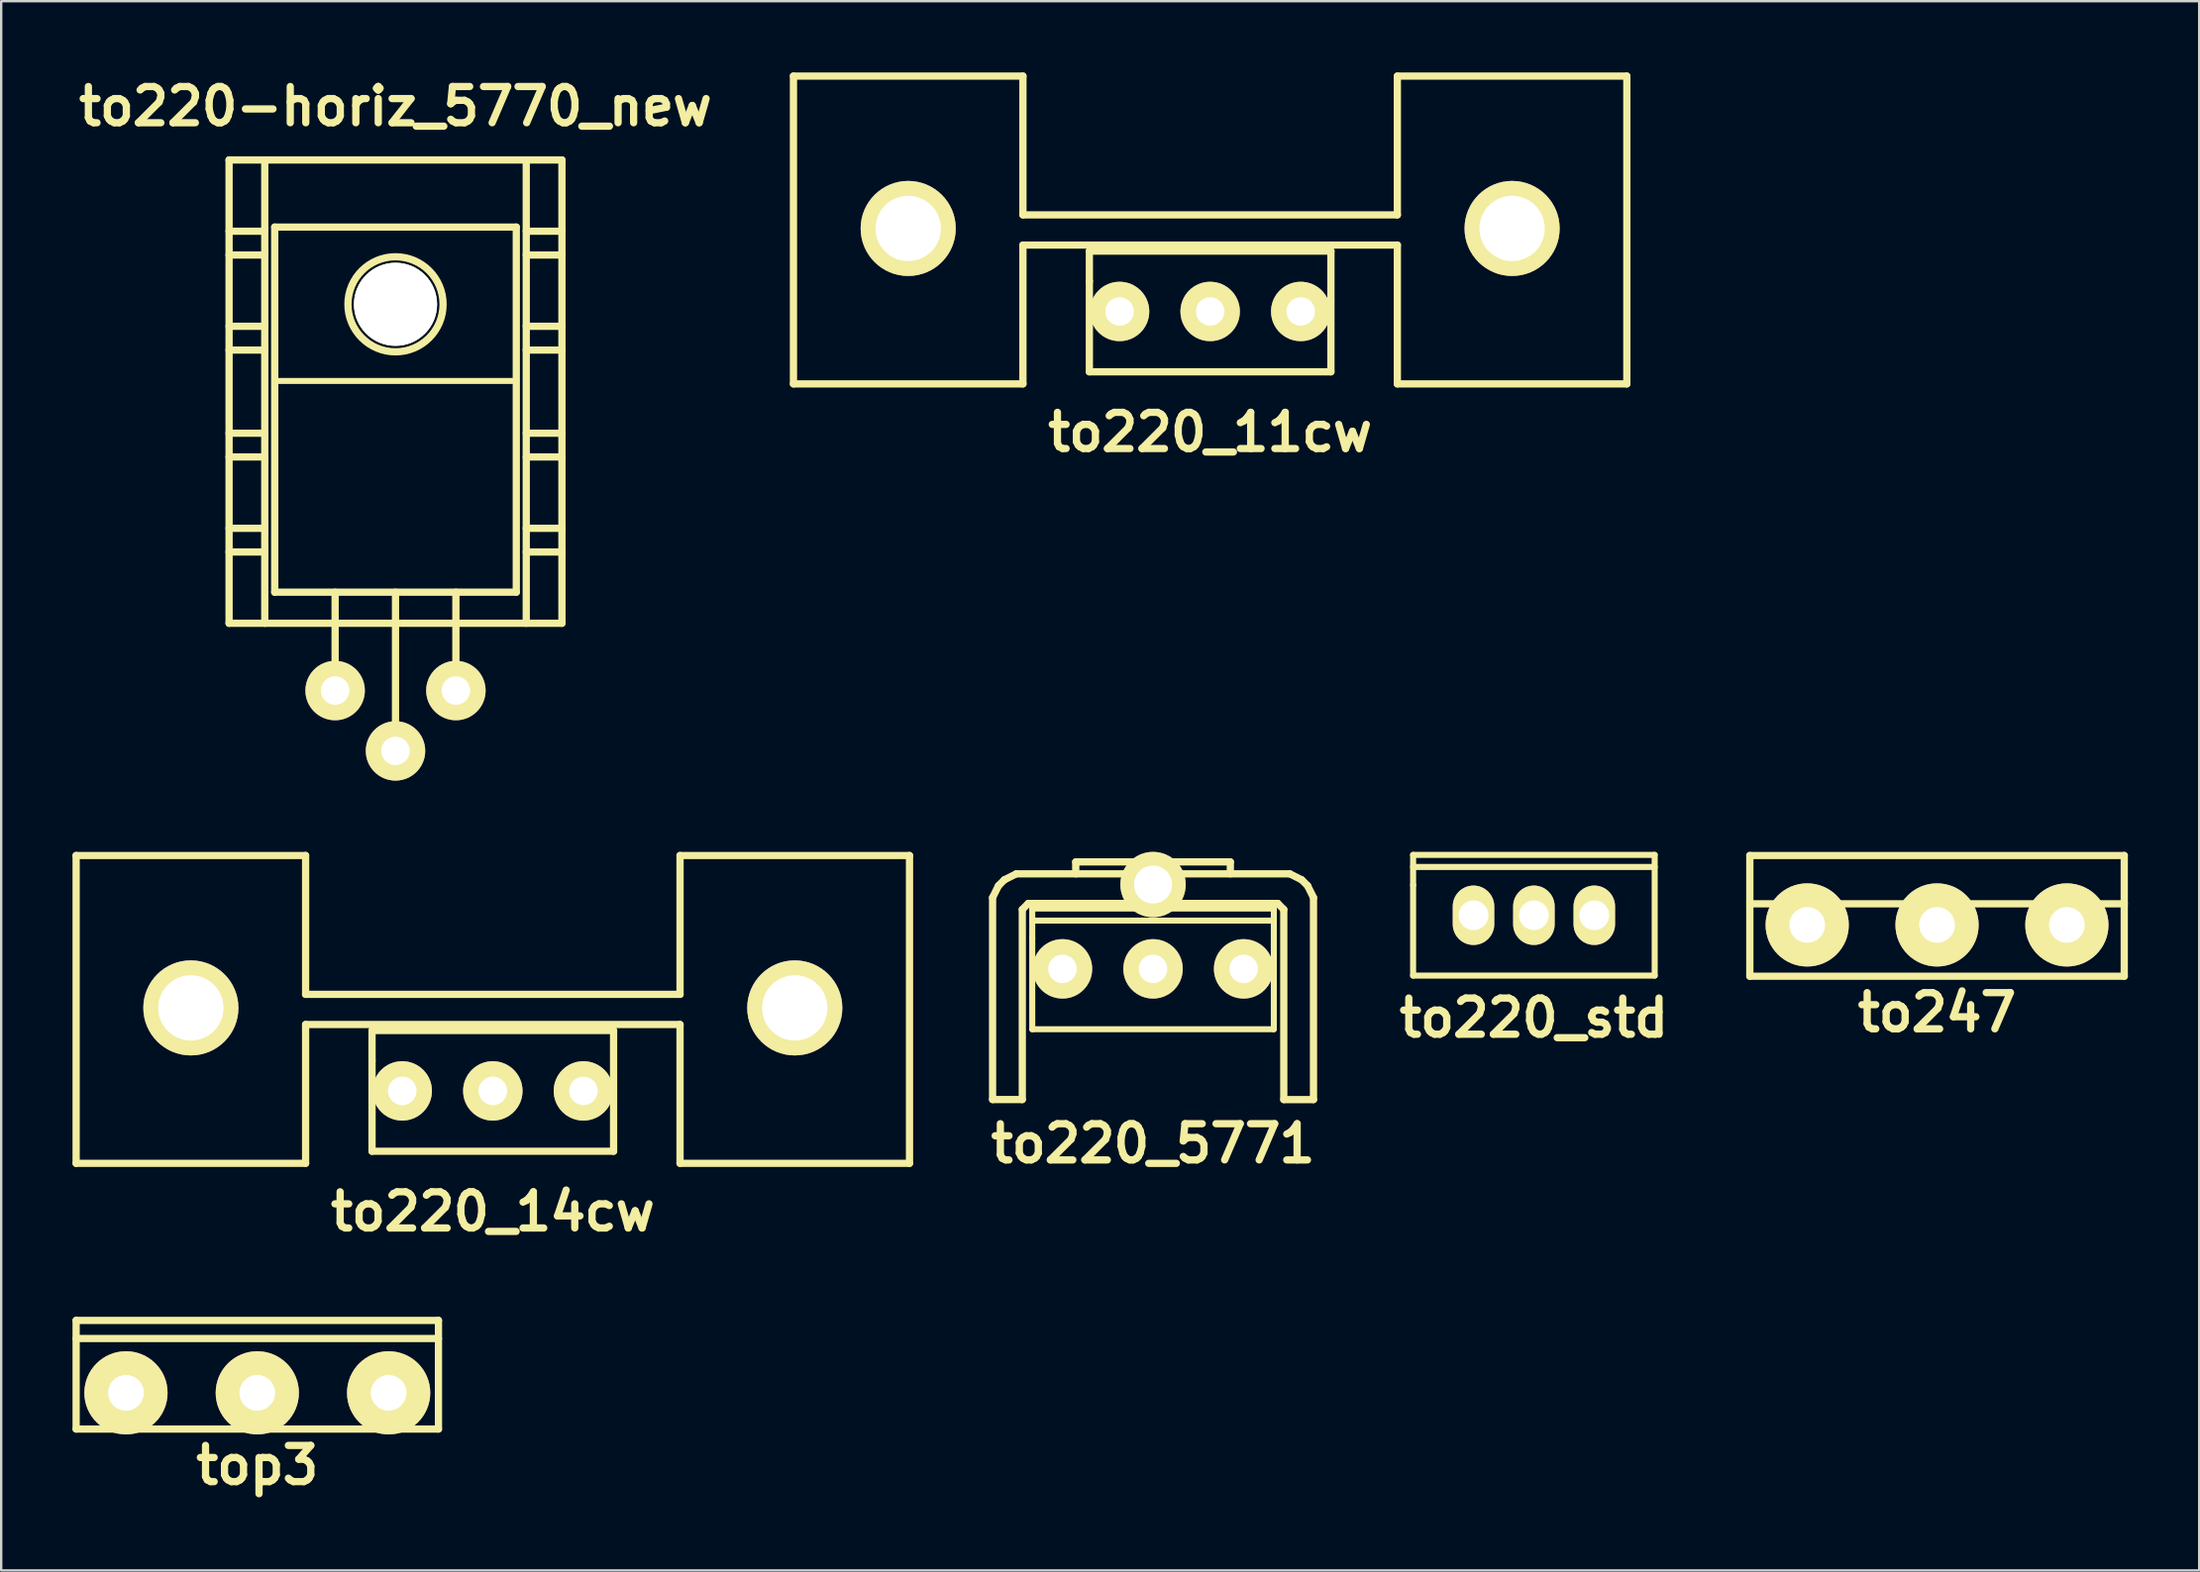
<source format=kicad_pcb>
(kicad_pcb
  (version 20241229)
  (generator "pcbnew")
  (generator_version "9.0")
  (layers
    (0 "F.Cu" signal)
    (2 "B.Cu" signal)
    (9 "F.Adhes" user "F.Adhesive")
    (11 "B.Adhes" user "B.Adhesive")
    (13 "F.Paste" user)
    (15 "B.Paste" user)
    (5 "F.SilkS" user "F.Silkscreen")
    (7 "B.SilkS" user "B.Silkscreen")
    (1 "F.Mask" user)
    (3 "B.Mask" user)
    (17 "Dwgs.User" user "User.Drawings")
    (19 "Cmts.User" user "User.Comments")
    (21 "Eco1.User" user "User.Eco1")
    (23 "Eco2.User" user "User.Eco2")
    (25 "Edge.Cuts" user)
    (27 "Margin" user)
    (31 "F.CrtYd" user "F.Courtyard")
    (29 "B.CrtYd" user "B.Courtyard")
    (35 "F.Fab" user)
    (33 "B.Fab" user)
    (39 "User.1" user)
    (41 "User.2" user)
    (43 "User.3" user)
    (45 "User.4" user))
  (footprint "to220-horiz_5770_new"
    (layer "F.Cu")
    (at 13.585 17.682)
    (property "Reference" "to220-horiz_5770_new" (at 0 -16.256 0) (layer "F.SilkS") (effects (font (size 1.524 1.524) (thickness 0.305))))
    (attr through_hole)
    (fp_line (start -7 -14) (end -7 5.499) (stroke (width 0.305) (type solid)) (layer "F.SilkS"))
    (fp_line (start -7 -11.001) (end -5.499 -11.001) (stroke (width 0.305) (type solid)) (layer "F.SilkS"))
    (fp_line (start -7 -10) (end -5.499 -10) (stroke (width 0.305) (type solid)) (layer "F.SilkS"))
    (fp_line (start -7 -7) (end -5.499 -7) (stroke (width 0.305) (type solid)) (layer "F.SilkS"))
    (fp_line (start -7 -5.999) (end -5.499 -5.999) (stroke (width 0.305) (type solid)) (layer "F.SilkS"))
    (fp_line (start -7 -2.499) (end -5.499 -2.499) (stroke (width 0.305) (type solid)) (layer "F.SilkS"))
    (fp_line (start -7 -1.501) (end -5.499 -1.501) (stroke (width 0.305) (type solid)) (layer "F.SilkS"))
    (fp_line (start -7 1.501) (end -5.499 1.501) (stroke (width 0.305) (type solid)) (layer "F.SilkS"))
    (fp_line (start -7 2.499) (end -5.499 2.499) (stroke (width 0.305) (type solid)) (layer "F.SilkS"))
    (fp_line (start -7 5.499) (end 7 5.499) (stroke (width 0.305) (type solid)) (layer "F.SilkS"))
    (fp_line (start -5.499 5.499) (end -5.499 -14) (stroke (width 0.305) (type solid)) (layer "F.SilkS"))
    (fp_line (start -5.08 -11.176) (end -5.08 4.191) (stroke (width 0.305) (type solid)) (layer "F.SilkS"))
    (fp_line (start -5.08 4.191) (end 5.08 4.191) (stroke (width 0.305) (type solid)) (layer "F.SilkS"))
    (fp_line (start -2.54 8.382) (end -2.54 4.191) (stroke (width 0.305) (type solid)) (layer "F.SilkS"))
    (fp_line (start 0 4.191) (end 0 10.922) (stroke (width 0.305) (type solid)) (layer "F.SilkS"))
    (fp_line (start 2.54 8.382) (end 2.54 4.191) (stroke (width 0.305) (type solid)) (layer "F.SilkS"))
    (fp_line (start 5.08 -11.176) (end -5.08 -11.176) (stroke (width 0.305) (type solid)) (layer "F.SilkS"))
    (fp_line (start 5.08 -4.699) (end -5.08 -4.699) (stroke (width 0.254) (type solid)) (layer "F.SilkS"))
    (fp_line (start 5.08 4.191) (end 5.08 -11.176) (stroke (width 0.305) (type solid)) (layer "F.SilkS"))
    (fp_line (start 5.499 -14) (end 5.499 5.499) (stroke (width 0.305) (type solid)) (layer "F.SilkS"))
    (fp_line (start 5.499 -11.001) (end 7 -11.001) (stroke (width 0.305) (type solid)) (layer "F.SilkS"))
    (fp_line (start 5.499 -10) (end 7 -10) (stroke (width 0.305) (type solid)) (layer "F.SilkS"))
    (fp_line (start 5.499 -7) (end 7 -7) (stroke (width 0.305) (type solid)) (layer "F.SilkS"))
    (fp_line (start 5.499 -5.999) (end 7 -5.999) (stroke (width 0.305) (type solid)) (layer "F.SilkS"))
    (fp_line (start 5.499 -2.499) (end 7 -2.499) (stroke (width 0.305) (type solid)) (layer "F.SilkS"))
    (fp_line (start 5.499 -1.501) (end 7 -1.501) (stroke (width 0.305) (type solid)) (layer "F.SilkS"))
    (fp_line (start 5.499 1.501) (end 7 1.501) (stroke (width 0.305) (type solid)) (layer "F.SilkS"))
    (fp_line (start 5.499 2.499) (end 7 2.499) (stroke (width 0.305) (type solid)) (layer "F.SilkS"))
    (fp_line (start 7 -14) (end -7 -14) (stroke (width 0.305) (type solid)) (layer "F.SilkS"))
    (fp_line (start 7 5.499) (end 7 -14) (stroke (width 0.305) (type solid)) (layer "F.SilkS"))
    (fp_circle (center 0 -7.925) (end -1.999 -8.001) (stroke (width 0.305) (type solid)) (fill no) (layer "F.SilkS"))
    (pad "" np_thru_hole circle (at 0 -7.925) (size 3.498 3.498) (drill 3.498) (layers "*.Cu" "*.Mask" "F.SilkS"))
    (pad "1" thru_hole circle (at -2.54 8.331) (size 2.499 2.499) (drill 1.199) (layers "*.Cu" "*.Mask" "F.SilkS"))
    (pad "2" thru_hole circle (at 0 10.871) (size 2.499 2.499) (drill 1.199) (layers "*.Cu" "*.Mask" "F.SilkS"))
    (pad "3" thru_hole circle (at 2.54 8.331) (size 2.499 2.499) (drill 1.199) (layers "*.Cu" "*.Mask" "F.SilkS")))
  (footprint "top3"
    (layer "F.Cu")
    (at 7.772 55.569)
    (property "Reference" "top3" (at 0 3.048 0) (layer "F.SilkS") (effects (font (size 1.524 1.524) (thickness 0.305))))
    (attr through_hole)
    (fp_line (start -7.62 -3.048) (end -7.62 1.524) (stroke (width 0.305) (type solid)) (layer "F.SilkS"))
    (fp_line (start -7.62 -2.286) (end 7.62 -2.286) (stroke (width 0.305) (type solid)) (layer "F.SilkS"))
    (fp_line (start -7.62 1.524) (end 7.62 1.524) (stroke (width 0.305) (type solid)) (layer "F.SilkS"))
    (fp_line (start 7.62 -3.048) (end -7.62 -3.048) (stroke (width 0.305) (type solid)) (layer "F.SilkS"))
    (fp_line (start 7.62 1.524) (end 7.62 -3.048) (stroke (width 0.305) (type solid)) (layer "F.SilkS"))
    (pad "1" thru_hole circle (at 5.524 0) (size 3.5 3.5) (drill 1.501) (layers "*.Cu" "*.Mask" "F.SilkS"))
    (pad "2" thru_hole circle (at 0 0) (size 3.5 3.5) (drill 1.501) (layers "*.Cu" "*.Mask" "F.SilkS"))
    (pad "3" thru_hole circle (at -5.524 0) (size 3.5 3.5) (drill 1.501) (layers "*.Cu" "*.Mask" "F.SilkS")))
  (footprint "to220_11cw"
    (layer "F.Cu")
    (at 47.849 10.058)
    (property "Reference" "to220_11cw" (at 0 5.08 0) (layer "F.SilkS") (effects (font (size 1.524 1.524) (thickness 0.305))))
    (attr through_hole)
    (fp_line (start -17.526 -9.906) (end -17.526 3.048) (stroke (width 0.305) (type solid)) (layer "F.SilkS"))
    (fp_line (start -17.526 3.048) (end -7.874 3.048) (stroke (width 0.305) (type solid)) (layer "F.SilkS"))
    (fp_line (start -7.874 -9.906) (end -17.526 -9.906) (stroke (width 0.305) (type solid)) (layer "F.SilkS"))
    (fp_line (start -7.874 -9.906) (end -7.874 -4.064) (stroke (width 0.305) (type solid)) (layer "F.SilkS"))
    (fp_line (start -7.874 -2.794) (end -7.874 3.048) (stroke (width 0.305) (type solid)) (layer "F.SilkS"))
    (fp_line (start -7.874 -2.794) (end 7.874 -2.794) (stroke (width 0.305) (type solid)) (layer "F.SilkS"))
    (fp_line (start -5.08 -2.54) (end -5.08 -1.27) (stroke (width 0.305) (type solid)) (layer "F.SilkS"))
    (fp_line (start -5.08 -1.27) (end -5.08 2.54) (stroke (width 0.305) (type solid)) (layer "F.SilkS"))
    (fp_line (start -5.08 2.54) (end 5.08 2.54) (stroke (width 0.305) (type solid)) (layer "F.SilkS"))
    (fp_line (start 5.08 -2.54) (end -5.08 -2.54) (stroke (width 0.305) (type solid)) (layer "F.SilkS"))
    (fp_line (start 5.08 2.54) (end 5.08 -2.54) (stroke (width 0.305) (type solid)) (layer "F.SilkS"))
    (fp_line (start 7.874 -9.906) (end 7.874 -4.064) (stroke (width 0.305) (type solid)) (layer "F.SilkS"))
    (fp_line (start 7.874 -4.064) (end -7.874 -4.064) (stroke (width 0.305) (type solid)) (layer "F.SilkS"))
    (fp_line (start 7.874 3.048) (end 7.874 -2.794) (stroke (width 0.305) (type solid)) (layer "F.SilkS"))
    (fp_line (start 7.874 3.048) (end 17.526 3.048) (stroke (width 0.305) (type solid)) (layer "F.SilkS"))
    (fp_line (start 17.526 -9.906) (end 7.874 -9.906) (stroke (width 0.305) (type solid)) (layer "F.SilkS"))
    (fp_line (start 17.526 -9.906) (end 17.526 3.048) (stroke (width 0.305) (type solid)) (layer "F.SilkS"))
    (pad "" thru_hole circle (at -12.7 -3.493) (size 4 4) (drill 2.748) (layers "*.Cu" "*.Mask" "F.SilkS"))
    (pad "" thru_hole circle (at 12.7 -3.493) (size 4 4) (drill 2.748) (layers "*.Cu" "*.Mask" "F.SilkS"))
    (pad "1" thru_hole circle (at 3.81 0) (size 2.499 2.499) (drill 1.199) (layers "*.Cu" "*.Mask" "F.SilkS"))
    (pad "2" thru_hole circle (at 0 0) (size 2.499 2.499) (drill 1.199) (layers "*.Cu" "*.Mask" "F.SilkS"))
    (pad "3" thru_hole circle (at -3.81 0) (size 2.499 2.499) (drill 1.199) (layers "*.Cu" "*.Mask" "F.SilkS")))
  (footprint "to220_std"
    (layer "F.Cu")
    (at 61.466 35.47)
    (property "Reference" "to220_std" (at 0 4.318 0) (layer "F.SilkS") (effects (font (size 1.524 1.524) (thickness 0.305))))
    (attr through_hole)
    (fp_line (start -5.08 -2.54) (end -5.08 -1.27) (stroke (width 0.254) (type solid)) (layer "F.SilkS"))
    (fp_line (start -5.08 -2.032) (end 5.08 -2.032) (stroke (width 0.254) (type solid)) (layer "F.SilkS"))
    (fp_line (start -5.08 -1.27) (end -5.08 2.54) (stroke (width 0.254) (type solid)) (layer "F.SilkS"))
    (fp_line (start -5.08 2.54) (end 5.08 2.54) (stroke (width 0.254) (type solid)) (layer "F.SilkS"))
    (fp_line (start 5.08 -2.54) (end -5.08 -2.54) (stroke (width 0.254) (type solid)) (layer "F.SilkS"))
    (fp_line (start 5.08 2.54) (end 5.08 -2.54) (stroke (width 0.254) (type solid)) (layer "F.SilkS"))
    (pad "1" thru_hole oval (at 2.54 0) (size 1.745 2.499) (drill 1.25) (layers "*.Cu" "*.Mask" "F.SilkS"))
    (pad "2" thru_hole oval (at 0 0) (size 1.745 2.499) (drill 1.25) (layers "*.Cu" "*.Mask" "F.SilkS"))
    (pad "3" thru_hole oval (at -2.54 0) (size 1.745 2.499) (drill 1.25) (layers "*.Cu" "*.Mask" "F.SilkS")))
  (footprint "to247"
    (layer "F.Cu")
    (at 78.422 35.877)
    (property "Reference" "to247" (at 0 3.683 0) (layer "F.SilkS") (effects (font (size 1.524 1.524) (thickness 0.305))))
    (attr through_hole)
    (fp_line (start -7.874 -2.921) (end -7.874 2.159) (stroke (width 0.305) (type solid)) (layer "F.SilkS"))
    (fp_line (start -7.874 2.159) (end 7.874 2.159) (stroke (width 0.305) (type solid)) (layer "F.SilkS"))
    (fp_line (start 7.874 -2.921) (end -7.874 -2.921) (stroke (width 0.305) (type solid)) (layer "F.SilkS"))
    (fp_line (start 7.874 -0.889) (end -7.874 -0.889) (stroke (width 0.305) (type solid)) (layer "F.SilkS"))
    (fp_line (start 7.874 2.159) (end 7.874 -2.921) (stroke (width 0.305) (type solid)) (layer "F.SilkS"))
    (pad "1" thru_hole circle (at 5.461 0) (size 3.5 3.5) (drill 1.501) (layers "*.Cu" "*.Mask" "F.SilkS"))
    (pad "2" thru_hole circle (at 0 0) (size 3.5 3.5) (drill 1.501) (layers "*.Cu" "*.Mask" "F.SilkS"))
    (pad "3" thru_hole circle (at -5.461 0) (size 3.5 3.5) (drill 1.501) (layers "*.Cu" "*.Mask" "F.SilkS")))
  (footprint "to220_14cw"
    (layer "F.Cu")
    (at 17.678 42.862)
    (property "Reference" "to220_14cw" (at 0 5.08 0) (layer "F.SilkS") (effects (font (size 1.524 1.524) (thickness 0.305))))
    (attr through_hole)
    (fp_line (start -17.526 -9.906) (end -17.526 3.048) (stroke (width 0.305) (type solid)) (layer "F.SilkS"))
    (fp_line (start -17.526 3.048) (end -7.874 3.048) (stroke (width 0.305) (type solid)) (layer "F.SilkS"))
    (fp_line (start -7.874 -9.906) (end -17.526 -9.906) (stroke (width 0.305) (type solid)) (layer "F.SilkS"))
    (fp_line (start -7.874 -9.906) (end -7.874 -4.064) (stroke (width 0.305) (type solid)) (layer "F.SilkS"))
    (fp_line (start -7.874 -2.794) (end -7.874 3.048) (stroke (width 0.305) (type solid)) (layer "F.SilkS"))
    (fp_line (start -7.874 -2.794) (end 7.874 -2.794) (stroke (width 0.305) (type solid)) (layer "F.SilkS"))
    (fp_line (start -5.08 -2.54) (end -5.08 -1.27) (stroke (width 0.305) (type solid)) (layer "F.SilkS"))
    (fp_line (start -5.08 -1.27) (end -5.08 2.54) (stroke (width 0.305) (type solid)) (layer "F.SilkS"))
    (fp_line (start -5.08 2.54) (end 5.08 2.54) (stroke (width 0.305) (type solid)) (layer "F.SilkS"))
    (fp_line (start 5.08 -2.54) (end -5.08 -2.54) (stroke (width 0.305) (type solid)) (layer "F.SilkS"))
    (fp_line (start 5.08 2.54) (end 5.08 -2.54) (stroke (width 0.305) (type solid)) (layer "F.SilkS"))
    (fp_line (start 7.874 -9.906) (end 7.874 -4.064) (stroke (width 0.305) (type solid)) (layer "F.SilkS"))
    (fp_line (start 7.874 -4.064) (end -7.874 -4.064) (stroke (width 0.305) (type solid)) (layer "F.SilkS"))
    (fp_line (start 7.874 3.048) (end 7.874 -2.794) (stroke (width 0.305) (type solid)) (layer "F.SilkS"))
    (fp_line (start 7.874 3.048) (end 17.526 3.048) (stroke (width 0.305) (type solid)) (layer "F.SilkS"))
    (fp_line (start 17.526 -9.906) (end 7.874 -9.906) (stroke (width 0.305) (type solid)) (layer "F.SilkS"))
    (fp_line (start 17.526 -9.906) (end 17.526 3.048) (stroke (width 0.305) (type solid)) (layer "F.SilkS"))
    (pad "" thru_hole circle (at -12.7 -3.493) (size 4 4) (drill 2.748) (layers "*.Cu" "*.Mask" "F.SilkS"))
    (pad "" thru_hole circle (at 12.7 -3.493) (size 4 4) (drill 2.748) (layers "*.Cu" "*.Mask" "F.SilkS"))
    (pad "1" thru_hole circle (at 3.81 0) (size 2.499 2.499) (drill 1.199) (layers "*.Cu" "*.Mask" "F.SilkS"))
    (pad "2" thru_hole circle (at 0 0) (size 2.499 2.499) (drill 1.199) (layers "*.Cu" "*.Mask" "F.SilkS"))
    (pad "3" thru_hole circle (at -3.81 0) (size 2.499 2.499) (drill 1.199) (layers "*.Cu" "*.Mask" "F.SilkS")))
  (footprint "to220_5771"
    (layer "F.Cu")
    (at 45.447 37.726)
    (property "Reference" "to220_5771" (at 0 7.351 0) (layer "F.SilkS") (effects (font (size 1.524 1.524) (thickness 0.305))))
    (attr through_hole)
    (fp_line (start -6.749 -3) (end -6.5 -3.5) (stroke (width 0.305) (type solid)) (layer "F.SilkS"))
    (fp_line (start -6.749 5.499) (end -6.749 -3) (stroke (width 0.305) (type solid)) (layer "F.SilkS"))
    (fp_line (start -6.5 -3.5) (end -6.251 -3.749) (stroke (width 0.305) (type solid)) (layer "F.SilkS"))
    (fp_line (start -6.251 -3.749) (end -5.751 -4) (stroke (width 0.305) (type solid)) (layer "F.SilkS"))
    (fp_line (start -5.499 -2.499) (end -5.499 5.499) (stroke (width 0.305) (type solid)) (layer "F.SilkS"))
    (fp_line (start -5.499 -2.499) (end -5.25 -2.751) (stroke (width 0.305) (type solid)) (layer "F.SilkS"))
    (fp_line (start -5.499 5.499) (end -6.749 5.499) (stroke (width 0.305) (type solid)) (layer "F.SilkS"))
    (fp_line (start -5.25 -2.751) (end 5.25 -2.751) (stroke (width 0.305) (type solid)) (layer "F.SilkS"))
    (fp_line (start -5.08 -2.54) (end -5.08 -1.27) (stroke (width 0.254) (type solid)) (layer "F.SilkS"))
    (fp_line (start -5.08 -2.032) (end 5.08 -2.032) (stroke (width 0.254) (type solid)) (layer "F.SilkS"))
    (fp_line (start -5.08 -1.27) (end -5.08 2.54) (stroke (width 0.254) (type solid)) (layer "F.SilkS"))
    (fp_line (start -5.08 2.54) (end 5.08 2.54) (stroke (width 0.254) (type solid)) (layer "F.SilkS"))
    (fp_line (start -3.251 -4.501) (end 3.251 -4.501) (stroke (width 0.305) (type solid)) (layer "F.SilkS"))
    (fp_line (start -3.251 -4) (end -3.251 -4.501) (stroke (width 0.305) (type solid)) (layer "F.SilkS"))
    (fp_line (start 3.251 -4.501) (end 3.251 -4) (stroke (width 0.305) (type solid)) (layer "F.SilkS"))
    (fp_line (start 5.08 -2.54) (end -5.08 -2.54) (stroke (width 0.254) (type solid)) (layer "F.SilkS"))
    (fp_line (start 5.08 2.54) (end 5.08 -2.54) (stroke (width 0.254) (type solid)) (layer "F.SilkS"))
    (fp_line (start 5.25 -2.751) (end 5.499 -2.499) (stroke (width 0.305) (type solid)) (layer "F.SilkS"))
    (fp_line (start 5.499 5.499) (end 5.499 -2.499) (stroke (width 0.305) (type solid)) (layer "F.SilkS"))
    (fp_line (start 5.751 -4) (end -5.751 -4) (stroke (width 0.305) (type solid)) (layer "F.SilkS"))
    (fp_line (start 5.751 -4) (end 6.251 -3.749) (stroke (width 0.305) (type solid)) (layer "F.SilkS"))
    (fp_line (start 6.251 -3.749) (end 6.5 -3.5) (stroke (width 0.305) (type solid)) (layer "F.SilkS"))
    (fp_line (start 6.5 -3.5) (end 6.749 -3) (stroke (width 0.305) (type solid)) (layer "F.SilkS"))
    (fp_line (start 6.749 5.499) (end 6.749 -3) (stroke (width 0.305) (type solid)) (layer "F.SilkS"))
    (fp_line (start 6.749 5.502) (end 5.499 5.502) (stroke (width 0.305) (type solid)) (layer "F.SilkS"))
    (pad "" thru_hole circle (at 0 -3.548) (size 2.748 2.748) (drill 1.598) (layers "*.Cu" "*.Mask" "F.SilkS"))
    (pad "1" thru_hole circle (at 3.81 0) (size 2.499 2.499) (drill 1.199) (layers "*.Cu" "*.Mask" "F.SilkS"))
    (pad "2" thru_hole circle (at 0 0) (size 2.499 2.499) (drill 1.199) (layers "*.Cu" "*.Mask" "F.SilkS"))
    (pad "3" thru_hole circle (at -3.81 0) (size 2.499 2.499) (drill 1.199) (layers "*.Cu" "*.Mask" "F.SilkS")))
  (gr_rect
    (start -3 -3)
    (end 89.448 63.043)
    (stroke (width 0.1) (type default))
    (fill no)
    (layer "Edge.Cuts")))
</source>
